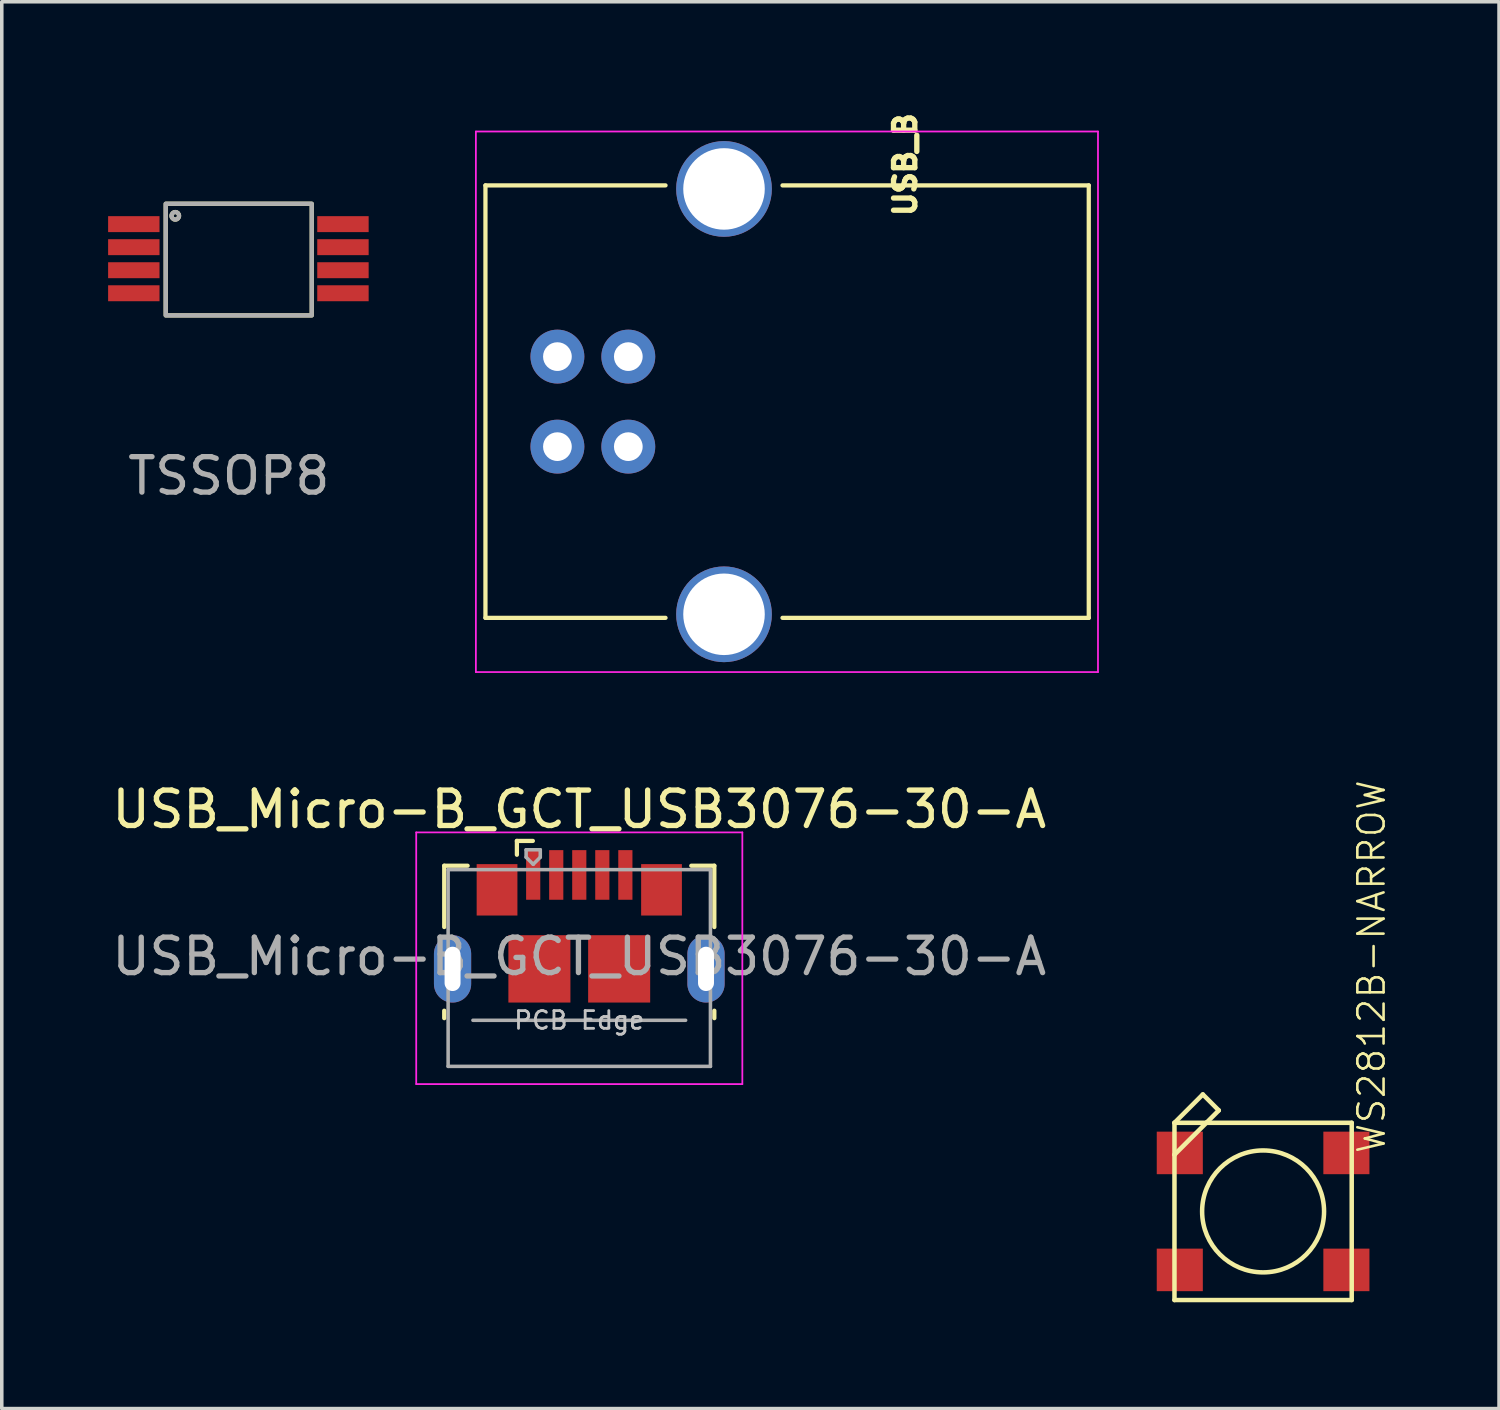
<source format=kicad_pcb>
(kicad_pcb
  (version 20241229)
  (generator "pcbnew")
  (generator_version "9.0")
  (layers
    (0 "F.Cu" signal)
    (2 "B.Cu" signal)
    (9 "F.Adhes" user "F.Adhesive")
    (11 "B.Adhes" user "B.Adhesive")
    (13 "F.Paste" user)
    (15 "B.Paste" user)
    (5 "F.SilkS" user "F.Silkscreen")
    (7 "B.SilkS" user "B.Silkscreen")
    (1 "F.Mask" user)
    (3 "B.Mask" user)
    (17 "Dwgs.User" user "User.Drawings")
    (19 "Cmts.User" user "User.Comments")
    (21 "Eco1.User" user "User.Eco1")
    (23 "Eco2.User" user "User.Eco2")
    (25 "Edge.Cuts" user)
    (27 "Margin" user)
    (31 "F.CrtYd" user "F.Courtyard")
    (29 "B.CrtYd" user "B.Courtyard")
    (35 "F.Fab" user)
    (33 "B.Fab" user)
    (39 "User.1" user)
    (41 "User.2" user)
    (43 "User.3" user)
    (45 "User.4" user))
  (footprint "USB_Micro-B_GCT_USB3076-30-A"
    (layer "F.Cu")
    (at 13.292 23.083)
    (property "Reference" "USB_Micro-B_GCT_USB3076-30-A" (at 0 -3.3 0) (layer "F.SilkS") (effects (font (size 1 1) (thickness 0.15))))
    (attr smd)
    (fp_line (start -3.81 -1.71) (end -3.15 -1.71) (stroke (width 0.12) (type solid)) (layer "F.SilkS"))
    (fp_line (start -3.81 0.02) (end -3.81 -1.71) (stroke (width 0.12) (type solid)) (layer "F.SilkS"))
    (fp_line (start -3.81 2.59) (end -3.81 2.38) (stroke (width 0.12) (type solid)) (layer "F.SilkS"))
    (fp_line (start -1.76 -2.41) (end -1.76 -2.02) (stroke (width 0.12) (type solid)) (layer "F.SilkS"))
    (fp_line (start -1.76 -2.41) (end -1.31 -2.41) (stroke (width 0.12) (type solid)) (layer "F.SilkS"))
    (fp_line (start 3.81 -1.71) (end 3.16 -1.71) (stroke (width 0.12) (type solid)) (layer "F.SilkS"))
    (fp_line (start 3.81 0.02) (end 3.81 -1.71) (stroke (width 0.12) (type solid)) (layer "F.SilkS"))
    (fp_line (start 3.81 2.59) (end 3.81 2.38) (stroke (width 0.12) (type solid)) (layer "F.SilkS"))
    (fp_line (start -4.6 -2.65) (end 4.6 -2.65) (stroke (width 0.05) (type solid)) (layer "F.CrtYd"))
    (fp_line (start -4.6 4.45) (end -4.6 -2.65) (stroke (width 0.05) (type solid)) (layer "F.CrtYd"))
    (fp_line (start -4.6 4.45) (end 4.6 4.45) (stroke (width 0.05) (type solid)) (layer "F.CrtYd"))
    (fp_line (start 4.6 -2.65) (end 4.6 4.45) (stroke (width 0.05) (type solid)) (layer "F.CrtYd"))
    (fp_line (start -3.7 -1.6) (end 3.7 -1.6) (stroke (width 0.1) (type solid)) (layer "F.Fab"))
    (fp_line (start -3.7 3.95) (end -3.7 -1.6) (stroke (width 0.1) (type solid)) (layer "F.Fab"))
    (fp_line (start -3.7 3.95) (end 3.7 3.95) (stroke (width 0.1) (type solid)) (layer "F.Fab"))
    (fp_line (start -3 2.65) (end 3 2.65) (stroke (width 0.1) (type solid)) (layer "F.Fab"))
    (fp_line (start -1.5 -2.16) (end -1.5 -1.95) (stroke (width 0.1) (type solid)) (layer "F.Fab"))
    (fp_line (start -1.5 -2.16) (end -1.1 -2.16) (stroke (width 0.1) (type solid)) (layer "F.Fab"))
    (fp_line (start -1.3 -1.75) (end -1.5 -1.95) (stroke (width 0.1) (type solid)) (layer "F.Fab"))
    (fp_line (start -1.1 -2.16) (end -1.1 -1.95) (stroke (width 0.1) (type solid)) (layer "F.Fab"))
    (fp_line (start -1.1 -1.95) (end -1.3 -1.75) (stroke (width 0.1) (type solid)) (layer "F.Fab"))
    (fp_line (start 3.7 3.95) (end 3.7 -1.6) (stroke (width 0.1) (type solid)) (layer "F.Fab"))
    (fp_text user "PCB Edge" (at 0 2.65 0) (layer "Dwgs.User") (effects (font (size 0.5 0.5) (thickness 0.08))))
    (fp_text user "${REFERENCE}" (at 0 0.85 0) (layer "F.Fab") (effects (font (size 1 1) (thickness 0.15))))
    (pad "1" smd rect (at -1.3 -1.45) (size 0.4 1.4) (layers "F.Cu" "F.Mask" "F.Paste"))
    (pad "2" smd rect (at -0.65 -1.45) (size 0.4 1.4) (layers "F.Cu" "F.Mask" "F.Paste"))
    (pad "3" smd rect (at 0 -1.45) (size 0.4 1.4) (layers "F.Cu" "F.Mask" "F.Paste"))
    (pad "4" smd rect (at 0.65 -1.45) (size 0.4 1.4) (layers "F.Cu" "F.Mask" "F.Paste"))
    (pad "5" smd rect (at 1.3 -1.45) (size 0.4 1.4) (layers "F.Cu" "F.Mask" "F.Paste"))
    (pad "6" thru_hole oval (at -3.575 1.2 180) (size 1.05 1.9) (drill oval 0.45 1.25) (layers "*.Cu" "*.Mask"))
    (pad "6" smd rect (at -2.32 -1.03) (size 1.15 1.45) (layers "F.Cu" "F.Mask" "F.Paste"))
    (pad "6" smd rect (at -1.125 1.2) (size 1.75 1.9) (layers "F.Cu" "F.Mask" "F.Paste"))
    (pad "6" smd rect (at 1.125 1.2) (size 1.75 1.9) (layers "F.Cu" "F.Mask" "F.Paste"))
    (pad "6" smd rect (at 2.32 -1.03) (size 1.15 1.45) (layers "F.Cu" "F.Mask" "F.Paste"))
    (pad "6" thru_hole oval (at 3.575 1.2) (size 1.05 1.9) (drill oval 0.45 1.25) (layers "*.Cu" "*.Mask")))
  (footprint "USB_B"
    (layer "F.Cu")
    (at 12.675 7.01)
    (property "Reference" "USB_B" (at 9.812 -5.416 90) (layer "F.SilkS") (effects (font (size 0.6 0.6) (thickness 0.15))))
    (attr through_hole)
    (fp_line (start -2.03 -4.83) (end 3.05 -4.83) (stroke (width 0.12) (type solid)) (layer "F.SilkS"))
    (fp_line (start -2.03 7.37) (end -2.03 -4.83) (stroke (width 0.12) (type solid)) (layer "F.SilkS"))
    (fp_line (start -2.03 7.37) (end 3.05 7.37) (stroke (width 0.12) (type solid)) (layer "F.SilkS"))
    (fp_line (start 6.35 -4.83) (end 14.99 -4.83) (stroke (width 0.12) (type solid)) (layer "F.SilkS"))
    (fp_line (start 6.35 7.37) (end 14.99 7.37) (stroke (width 0.12) (type solid)) (layer "F.SilkS"))
    (fp_line (start 14.99 -4.83) (end 14.99 7.37) (stroke (width 0.12) (type solid)) (layer "F.SilkS"))
    (fp_line (start -2.3 -6.35) (end 15.25 -6.35) (stroke (width 0.05) (type solid)) (layer "F.CrtYd"))
    (fp_line (start -2.3 8.9) (end -2.3 -6.35) (stroke (width 0.05) (type solid)) (layer "F.CrtYd"))
    (fp_line (start 15.25 -6.35) (end 15.25 8.9) (stroke (width 0.05) (type solid)) (layer "F.CrtYd"))
    (fp_line (start 15.25 8.9) (end -2.3 8.9) (stroke (width 0.05) (type solid)) (layer "F.CrtYd"))
    (pad "1" thru_hole circle (at 0 0 270) (size 1.52 1.52) (drill 0.81) (layers "*.Cu" "*.Mask"))
    (pad "2" thru_hole circle (at 0 2.54 270) (size 1.52 1.52) (drill 0.81) (layers "*.Cu" "*.Mask"))
    (pad "3" thru_hole circle (at 2 2.54 270) (size 1.52 1.52) (drill 0.81) (layers "*.Cu" "*.Mask"))
    (pad "4" thru_hole circle (at 2 0 270) (size 1.52 1.52) (drill 0.81) (layers "*.Cu" "*.Mask"))
    (pad "5" thru_hole circle (at 4.7 -4.73 270) (size 2.7 2.7) (drill 2.3) (layers "*.Cu" "*.Mask"))
    (pad "5" thru_hole circle (at 4.7 7.27 270) (size 2.7 2.7) (drill 2.3) (layers "*.Cu" "*.Mask")))
  (footprint "WS2812B-NARROW"
    (layer "F.Cu")
    (at 32.583 31.125)
    (property "Reference" "WS2812B-NARROW" (at 3.493 -1.587 90) (layer "F.SilkS") (effects (font (size 0.74 0.74) (thickness 0.073)) (justify left bottom)))
    (fp_line (start -2.5 -2.5) (end -1.6 -2.5) (stroke (width 0.127) (type solid)) (layer "F.SilkS"))
    (fp_line (start -2.5 -1.6) (end -2.5 -2.5) (stroke (width 0.127) (type solid)) (layer "F.SilkS"))
    (fp_line (start -2.5 -1.6) (end -1.6 -2.5) (stroke (width 0.127) (type solid)) (layer "F.SilkS"))
    (fp_line (start -2.5 2.5) (end -2.5 -1.6) (stroke (width 0.127) (type solid)) (layer "F.SilkS"))
    (fp_line (start -1.7 -3.3) (end -2.5 -2.5) (stroke (width 0.127) (type solid)) (layer "F.SilkS"))
    (fp_line (start -1.6 -2.5) (end -1.25 -2.85) (stroke (width 0.127) (type solid)) (layer "F.SilkS"))
    (fp_line (start -1.6 -2.5) (end 2.5 -2.5) (stroke (width 0.127) (type solid)) (layer "F.SilkS"))
    (fp_line (start -1.25 -2.85) (end -1.7 -3.3) (stroke (width 0.127) (type solid)) (layer "F.SilkS"))
    (fp_line (start 2.5 -2.5) (end 2.5 2.5) (stroke (width 0.127) (type solid)) (layer "F.SilkS"))
    (fp_line (start 2.5 2.5) (end -2.5 2.5) (stroke (width 0.127) (type solid)) (layer "F.SilkS"))
    (fp_circle (center 0 0) (end 1.72 0) (stroke (width 0.127) (type solid)) (fill no) (layer "F.SilkS"))
    (pad "1-VDD" smd rect (at 2.35 1.65) (size 1.3 1.2) (layers "F.Cu" "F.Mask" "F.Paste"))
    (pad "2-DOUT" smd rect (at 2.35 -1.65) (size 1.3 1.2) (layers "F.Cu" "F.Mask" "F.Paste"))
    (pad "3-GND" smd rect (at -2.35 -1.65) (size 1.3 1.2) (layers "F.Cu" "F.Mask" "F.Paste"))
    (pad "4-DIN" smd rect (at -2.35 1.65) (size 1.3 1.2) (layers "F.Cu" "F.Mask" "F.Paste")))
  (footprint "TSSOP8"
    (layer "F.Cu")
    (at 3.675 4.248)
    (property "Reference" "TSSOP8" (at -0.04 -3.4 0) (unlocked yes) (layer "User.1") (effects (font (size 1 1) (thickness 0.15))))
    (fp_rect (start -2.05 -1.55) (end 2.07 1.6) (stroke (width 0.12) (type solid)) (fill no) (layer "F.SilkS"))
    (fp_circle (center -1.78 -1.21) (end -1.7 -1.14) (stroke (width 0.12) (type solid)) (fill no) (layer "F.SilkS"))
    (fp_rect (start -2.05 -1.55) (end 2.07 1.6) (stroke (width 0.12) (type solid)) (fill no) (layer "F.Fab"))
    (fp_circle (center -1.78 -1.21) (end -1.674 -1.21) (stroke (width 0.12) (type solid)) (fill no) (layer "F.Fab"))
    (fp_text user "${REFERENCE}" (at -0.27 6.13 0) (unlocked yes) (layer "F.Fab") (effects (font (size 1 1) (thickness 0.15))))
    (pad "1" smd rect (at -2.95 -0.975) (size 1.45 0.45) (layers "F.Cu" "F.Mask" "F.Paste"))
    (pad "2" smd rect (at -2.95 -0.325) (size 1.45 0.45) (layers "F.Cu" "F.Mask" "F.Paste"))
    (pad "3" smd rect (at -2.95 0.325) (size 1.45 0.45) (layers "F.Cu" "F.Mask" "F.Paste"))
    (pad "4" smd rect (at -2.95 0.975) (size 1.45 0.45) (layers "F.Cu" "F.Mask" "F.Paste"))
    (pad "5" smd rect (at 2.95 0.975) (size 1.45 0.45) (layers "F.Cu" "F.Mask" "F.Paste"))
    (pad "6" smd rect (at 2.95 0.325) (size 1.45 0.45) (layers "F.Cu" "F.Mask" "F.Paste"))
    (pad "7" smd rect (at 2.95 -0.325) (size 1.45 0.45) (layers "F.Cu" "F.Mask" "F.Paste"))
    (pad "8" smd rect (at 2.95 -0.975) (size 1.45 0.45) (layers "F.Cu" "F.Mask" "F.Paste")))
  (gr_rect
    (start -3 -3)
    (end 39.239 36.688)
    (stroke (width 0.1) (type default))
    (fill no)
    (layer "Edge.Cuts")))
</source>
